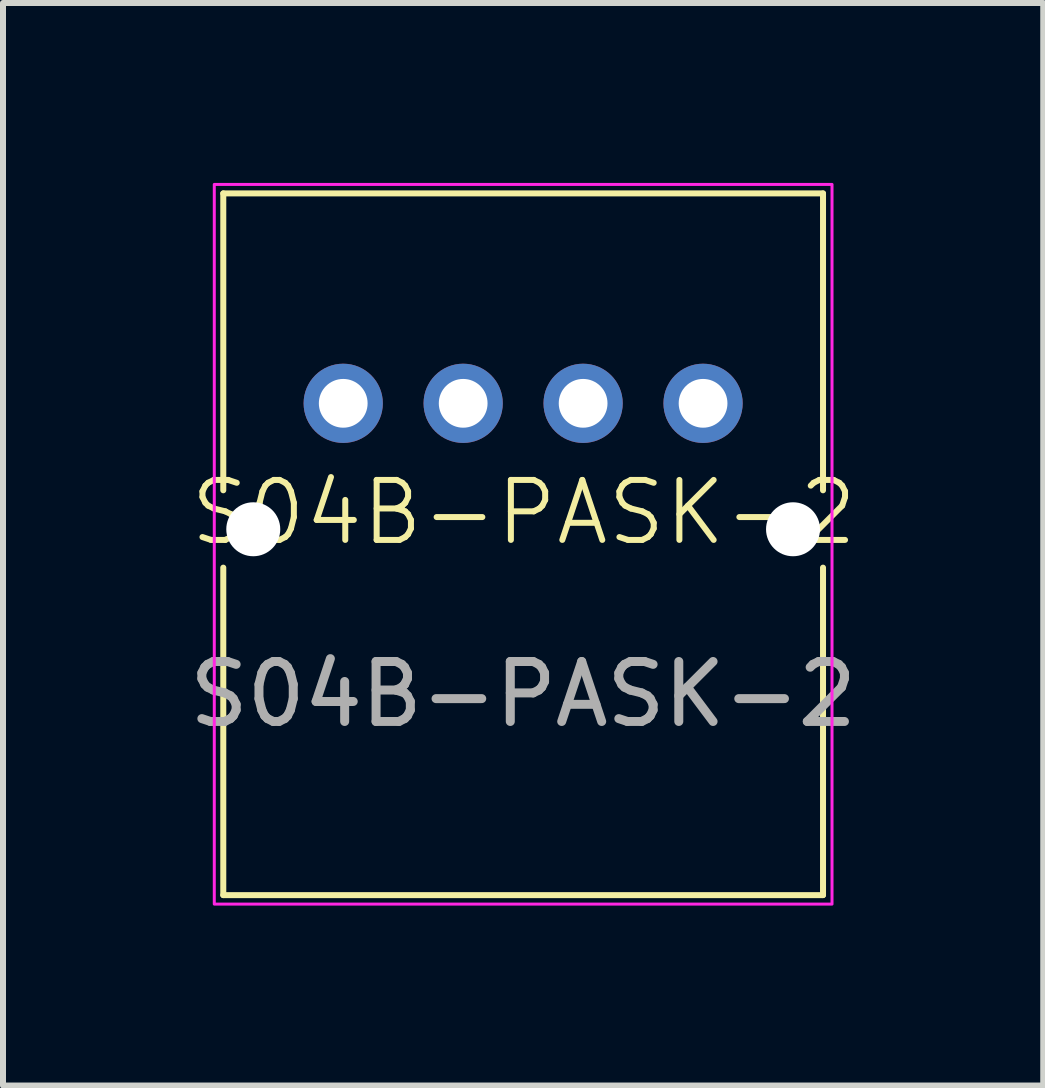
<source format=kicad_pcb>
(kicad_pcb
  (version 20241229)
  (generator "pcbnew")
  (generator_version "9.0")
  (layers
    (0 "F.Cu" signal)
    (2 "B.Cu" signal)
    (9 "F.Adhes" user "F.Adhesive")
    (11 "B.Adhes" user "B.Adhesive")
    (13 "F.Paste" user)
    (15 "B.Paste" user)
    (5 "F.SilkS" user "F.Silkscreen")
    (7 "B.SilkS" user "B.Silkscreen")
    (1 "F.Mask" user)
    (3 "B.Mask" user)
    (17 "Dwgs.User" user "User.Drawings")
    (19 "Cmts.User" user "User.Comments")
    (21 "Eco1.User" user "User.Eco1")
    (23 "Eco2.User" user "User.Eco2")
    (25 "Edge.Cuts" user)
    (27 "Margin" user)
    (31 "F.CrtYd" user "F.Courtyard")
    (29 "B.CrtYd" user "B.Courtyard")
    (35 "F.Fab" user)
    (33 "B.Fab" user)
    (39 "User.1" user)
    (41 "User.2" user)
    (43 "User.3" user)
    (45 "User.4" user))
  (footprint "S04B-PASK-2"
    (layer "F.Cu")
    (at 5.673 6.025)
    (property "Reference" "S04B-PASK-2" (at 0.01 -0.53 0) (unlocked yes) (layer "F.SilkS") (effects (font (size 1 1) (thickness 0.1))))
    (attr through_hole)
    (fp_line (start -5 -5.85) (end -5 -0.9) (stroke (width 0.1) (type default)) (layer "F.SilkS"))
    (fp_line (start -5 5.85) (end -5 0.39) (stroke (width 0.1) (type default)) (layer "F.SilkS"))
    (fp_line (start 5 -5.85) (end -5 -5.85) (stroke (width 0.1) (type default)) (layer "F.SilkS"))
    (fp_line (start 5 -5.85) (end 5 -0.9) (stroke (width 0.1) (type default)) (layer "F.SilkS"))
    (fp_line (start 5 5.85) (end -5 5.85) (stroke (width 0.1) (type default)) (layer "F.SilkS"))
    (fp_line (start 5 5.85) (end 5 0.39) (stroke (width 0.1) (type default)) (layer "F.SilkS"))
    (fp_rect (start -5.15 -6) (end 5.15 6) (stroke (width 0.05) (type solid)) (fill no) (layer "F.CrtYd"))
    (fp_text user "${REFERENCE}" (at 0 2.5 0) (unlocked yes) (layer "F.Fab") (effects (font (size 1 1) (thickness 0.15))))
    (pad "" np_thru_hole circle (at -4.5 -0.25) (size 0.9 0.9) (drill 0.9) (layers "*.Cu" "*.Mask"))
    (pad "" np_thru_hole circle (at 4.5 -0.25) (size 0.9 0.9) (drill 0.9) (layers "*.Cu" "*.Mask"))
    (pad "1" thru_hole circle (at -3 -2.35) (size 1.321 1.321) (drill 0.813) (layers "*.Cu" "*.Mask"))
    (pad "2" thru_hole circle (at -1 -2.35) (size 1.321 1.321) (drill 0.813) (layers "*.Cu" "*.Mask"))
    (pad "3" thru_hole circle (at 1 -2.35) (size 1.321 1.321) (drill 0.813) (layers "*.Cu" "*.Mask"))
    (pad "4" thru_hole circle (at 3 -2.35) (size 1.321 1.321) (drill 0.813) (layers "*.Cu" "*.Mask")))
  (gr_rect
    (start -3 -3)
    (end 14.345 15.05)
    (stroke (width 0.1) (type default))
    (fill no)
    (layer "Edge.Cuts")))
</source>
